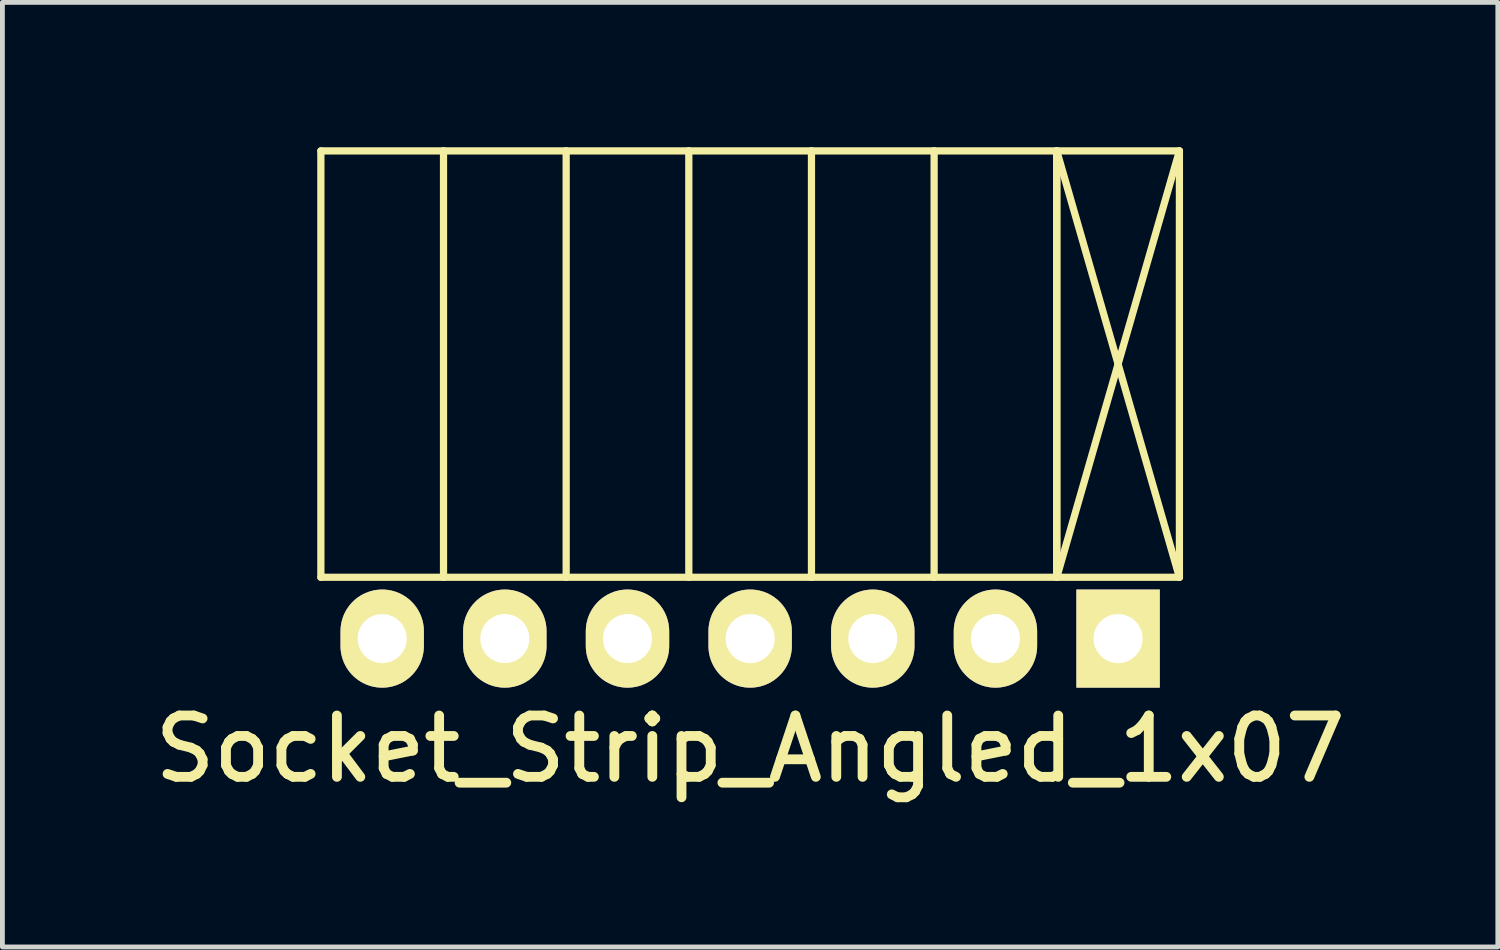
<source format=kicad_pcb>
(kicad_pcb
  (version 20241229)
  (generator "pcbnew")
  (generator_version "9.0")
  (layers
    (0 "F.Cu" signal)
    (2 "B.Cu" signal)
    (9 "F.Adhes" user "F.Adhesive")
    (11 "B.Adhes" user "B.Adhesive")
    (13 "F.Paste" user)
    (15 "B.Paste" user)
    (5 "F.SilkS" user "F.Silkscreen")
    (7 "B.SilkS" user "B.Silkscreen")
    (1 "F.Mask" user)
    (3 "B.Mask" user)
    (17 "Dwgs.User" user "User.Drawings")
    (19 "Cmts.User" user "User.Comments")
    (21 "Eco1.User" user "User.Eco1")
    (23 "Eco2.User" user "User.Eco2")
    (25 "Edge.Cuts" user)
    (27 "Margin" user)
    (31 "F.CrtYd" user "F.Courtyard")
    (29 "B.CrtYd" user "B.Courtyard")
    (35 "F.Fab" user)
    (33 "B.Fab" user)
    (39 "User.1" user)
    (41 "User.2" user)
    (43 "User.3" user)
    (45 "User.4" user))
  (footprint "Socket_Strip_Angled_1x07"
    (layer "F.Cu")
    (at 12.485 10.175)
    (property "Reference" "Socket_Strip_Angled_1x07" (at 0 2.286 0) (layer "F.SilkS") (effects (font (size 1.27 1.27) (thickness 0.203))))
    (attr through_hole)
    (fp_line (start -8.89 -10.1) (end -8.89 -1.27) (stroke (width 0.15) (type solid)) (layer "F.SilkS"))
    (fp_line (start -6.35 -10.1) (end -8.89 -10.1) (stroke (width 0.15) (type solid)) (layer "F.SilkS"))
    (fp_line (start -6.35 -10.1) (end -6.35 -1.27) (stroke (width 0.15) (type solid)) (layer "F.SilkS"))
    (fp_line (start -6.35 -1.27) (end -8.89 -1.27) (stroke (width 0.15) (type solid)) (layer "F.SilkS"))
    (fp_line (start -3.81 -10.1) (end -6.35 -10.1) (stroke (width 0.15) (type solid)) (layer "F.SilkS"))
    (fp_line (start -3.81 -10.1) (end -3.81 -1.27) (stroke (width 0.15) (type solid)) (layer "F.SilkS"))
    (fp_line (start -3.81 -1.27) (end -6.35 -1.27) (stroke (width 0.15) (type solid)) (layer "F.SilkS"))
    (fp_line (start -1.27 -10.1) (end -3.81 -10.1) (stroke (width 0.15) (type solid)) (layer "F.SilkS"))
    (fp_line (start -1.27 -10.1) (end -1.27 -1.27) (stroke (width 0.15) (type solid)) (layer "F.SilkS"))
    (fp_line (start -1.27 -1.27) (end -3.81 -1.27) (stroke (width 0.15) (type solid)) (layer "F.SilkS"))
    (fp_line (start 1.27 -10.1) (end -1.27 -10.1) (stroke (width 0.15) (type solid)) (layer "F.SilkS"))
    (fp_line (start 1.27 -10.1) (end 1.27 -1.27) (stroke (width 0.15) (type solid)) (layer "F.SilkS"))
    (fp_line (start 1.27 -1.27) (end -1.27 -1.27) (stroke (width 0.15) (type solid)) (layer "F.SilkS"))
    (fp_line (start 3.81 -10.1) (end 1.27 -10.1) (stroke (width 0.15) (type solid)) (layer "F.SilkS"))
    (fp_line (start 3.81 -10.1) (end 3.81 -1.27) (stroke (width 0.15) (type solid)) (layer "F.SilkS"))
    (fp_line (start 3.81 -1.27) (end 1.27 -1.27) (stroke (width 0.15) (type solid)) (layer "F.SilkS"))
    (fp_line (start 6.35 -10.1) (end 3.81 -10.1) (stroke (width 0.15) (type solid)) (layer "F.SilkS"))
    (fp_line (start 6.35 -10.1) (end 6.35 -1.27) (stroke (width 0.15) (type solid)) (layer "F.SilkS"))
    (fp_line (start 6.35 -1.27) (end 3.81 -1.27) (stroke (width 0.15) (type solid)) (layer "F.SilkS"))
    (fp_line (start 6.35 -1.27) (end 6.35 -10.1) (stroke (width 0.15) (type solid)) (layer "F.SilkS"))
    (fp_line (start 8.89 -10.1) (end 6.35 -10.1) (stroke (width 0.15) (type solid)) (layer "F.SilkS"))
    (fp_line (start 8.89 -10.1) (end 6.35 -1.27) (stroke (width 0.15) (type solid)) (layer "F.SilkS"))
    (fp_line (start 8.89 -1.27) (end 6.35 -10.1) (stroke (width 0.15) (type solid)) (layer "F.SilkS"))
    (fp_line (start 8.89 -1.27) (end 6.35 -1.27) (stroke (width 0.15) (type solid)) (layer "F.SilkS"))
    (fp_line (start 8.89 -1.27) (end 8.89 -10.1) (stroke (width 0.15) (type solid)) (layer "F.SilkS"))
    (pad "1" thru_hole rect (at 7.62 0 180) (size 1.727 2.032) (drill 1.016) (layers "*.Cu" "*.Mask" "F.SilkS"))
    (pad "2" thru_hole oval (at 5.08 0 180) (size 1.727 2.032) (drill 1.016) (layers "*.Cu" "*.Mask" "F.SilkS"))
    (pad "3" thru_hole oval (at 2.54 0 180) (size 1.727 2.032) (drill 1.016) (layers "*.Cu" "*.Mask" "F.SilkS"))
    (pad "4" thru_hole oval (at 0 0 180) (size 1.727 2.032) (drill 1.016) (layers "*.Cu" "*.Mask" "F.SilkS"))
    (pad "5" thru_hole oval (at -2.54 0 180) (size 1.727 2.032) (drill 1.016) (layers "*.Cu" "*.Mask" "F.SilkS"))
    (pad "6" thru_hole oval (at -5.08 0 180) (size 1.727 2.032) (drill 1.016) (layers "*.Cu" "*.Mask" "F.SilkS"))
    (pad "7" thru_hole oval (at -7.62 0 180) (size 1.727 2.032) (drill 1.016) (layers "*.Cu" "*.Mask" "F.SilkS")))
  (gr_rect
    (start -3 -3)
    (end 27.969 16.561)
    (stroke (width 0.1) (type default))
    (fill no)
    (layer "Edge.Cuts")))
</source>
